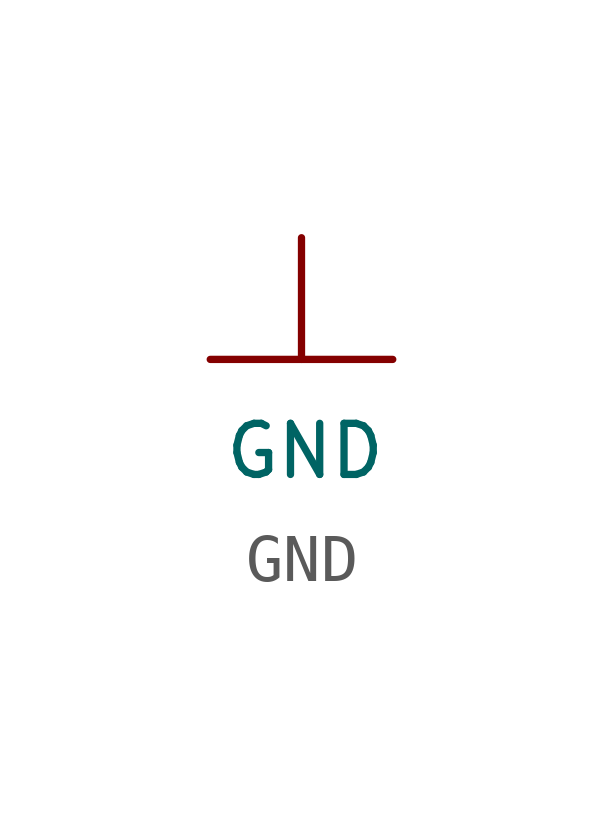
<source format=kicad_sym>
(kicad_symbol_lib
  (version 20211014)
  (generator kicad_symbol_editor)
  (symbol "GND"
    (power)
    (pin_names
      (offset 1.016))
    (property "Reference" ""
      (at 0 0 0)
      (effects (font (size 1.27 1.27)) hide))
    (property "Value" "GND"
      (at -1.651 -2.54 0)
      (effects (font (size 1.067 1.067)) (justify left bottom)))
    (property "ki_locked" ""
      (at 0 0 0)
      (effects (font (size 1.27 1.27))))
    (symbol "GND_1_0"
      (polyline (pts (xy -1.905 0) (xy 1.905 0)) (stroke (width 0) (type default) (color 0 0 0 0)) (fill (type none)))
      (pin power_in line (at 0 2.54 270) (length 2.54) (name "GND" (effects (font (size 0 0)))) (number "1" (effects (font (size 0 0))))))))
</source>
